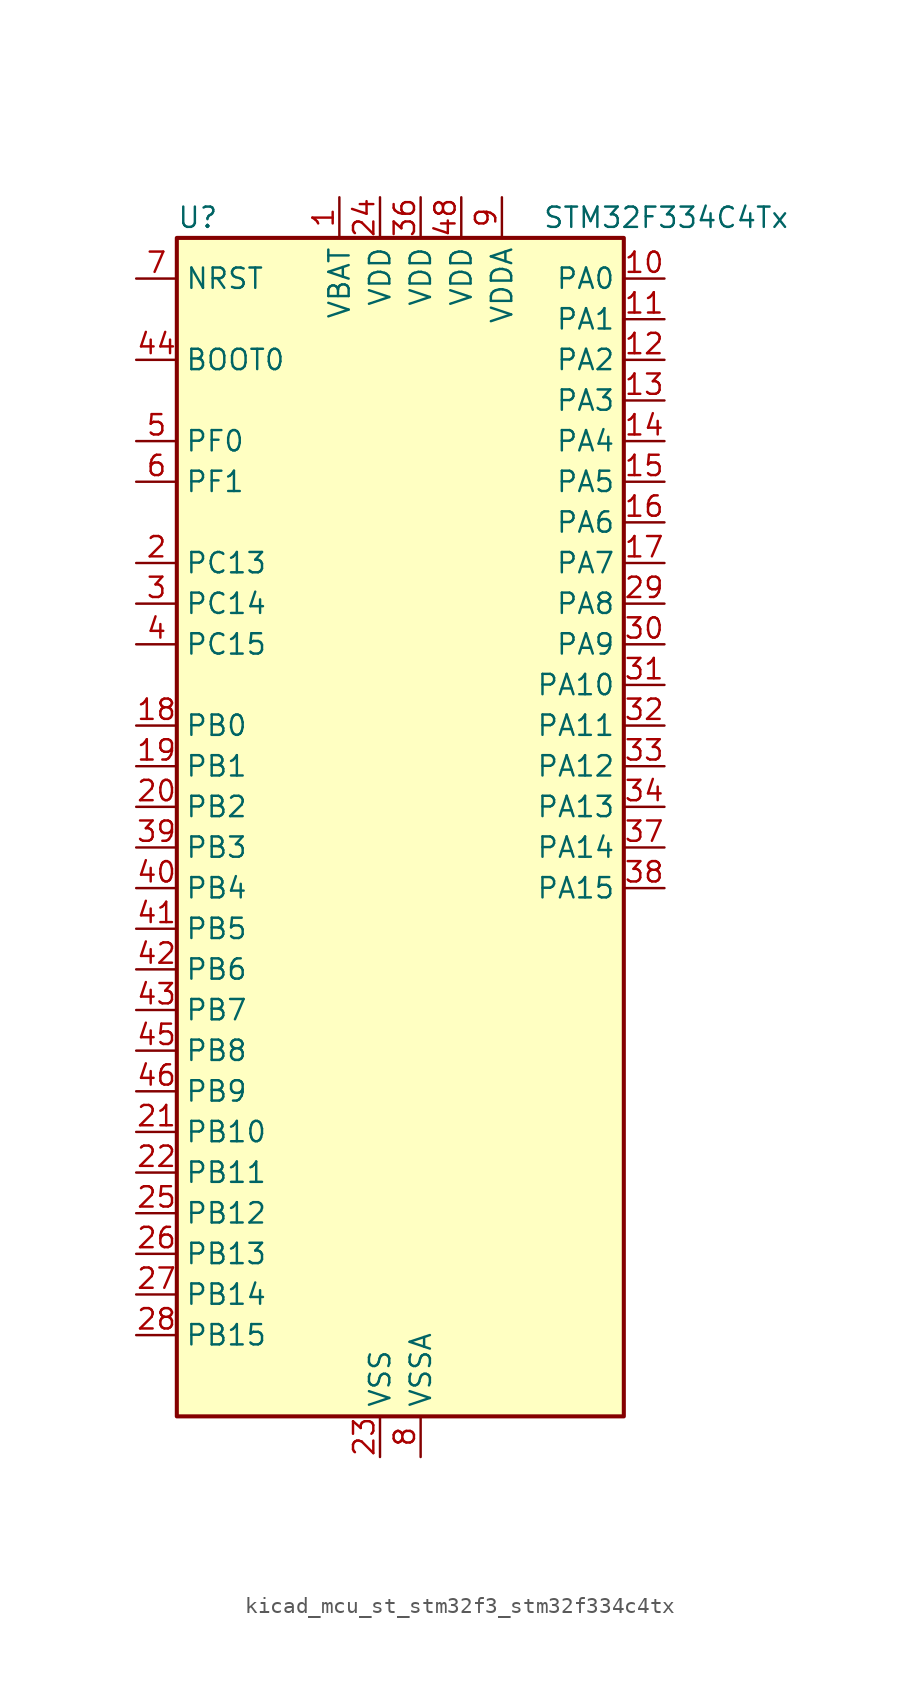
<source format=kicad_sym>
(kicad_symbol_lib
  (version 20220914)
  (generator kicad_symbol_editor)
  (symbol "kicad_mcu_st_stm32f3_stm32f334c4tx"
    (property "Reference" "U"
      (at -12.7 39.37 0)
      (effects (font (size 1.27 1.27)) (justify left)))
    (property "Value" "STM32F334C4Tx"
      (at 10.16 39.37 0)
      (effects (font (size 1.27 1.27)) (justify left)))
    (property "ki_locked" ""
      (at 0 0 0)
      (effects (font (size 1.27 1.27))))
    (symbol "kicad_mcu_st_stm32f3_stm32f334c4tx_0_1"
      (rectangle (start -12.7 -35.56) (end 15.24 38.1) (stroke (width 0.254) (type default)) (fill (type background))))
    (symbol "kicad_mcu_st_stm32f3_stm32f334c4tx_1_1"
      (pin power_in line (at -2.54 40.64 270) (length 2.54) (name "VBAT" (effects (font (size 1.27 1.27)))) (number "1" (effects (font (size 1.27 1.27)))))
      (pin bidirectional line (at 17.78 35.56 180) (length 2.54) (name "PA0" (effects (font (size 1.27 1.27)))) (number "10" (effects (font (size 1.27 1.27)))) (alternate "ADC1_IN1" bidirectional line) (alternate "RTC_TAMP2" bidirectional line) (alternate "SYS_WKUP1" bidirectional line) (alternate "TIM2_CH1" bidirectional line) (alternate "TIM2_ETR" bidirectional line) (alternate "TSC_G1_IO1" bidirectional line) (alternate "USART2_CTS" bidirectional line))
      (pin bidirectional line (at 17.78 33.02 180) (length 2.54) (name "PA1" (effects (font (size 1.27 1.27)))) (number "11" (effects (font (size 1.27 1.27)))) (alternate "ADC1_IN2" bidirectional line) (alternate "RTC_REFIN" bidirectional line) (alternate "TIM15_CH1N" bidirectional line) (alternate "TIM2_CH2" bidirectional line) (alternate "TSC_G1_IO2" bidirectional line) (alternate "USART2_DE" bidirectional line) (alternate "USART2_RTS" bidirectional line))
      (pin bidirectional line (at 17.78 30.48 180) (length 2.54) (name "PA2" (effects (font (size 1.27 1.27)))) (number "12" (effects (font (size 1.27 1.27)))) (alternate "ADC1_IN3" bidirectional line) (alternate "COMP2_INM" bidirectional line) (alternate "COMP2_OUT" bidirectional line) (alternate "TIM15_CH1" bidirectional line) (alternate "TIM2_CH3" bidirectional line) (alternate "TSC_G1_IO3" bidirectional line) (alternate "USART2_TX" bidirectional line))
      (pin bidirectional line (at 17.78 27.94 180) (length 2.54) (name "PA3" (effects (font (size 1.27 1.27)))) (number "13" (effects (font (size 1.27 1.27)))) (alternate "ADC1_IN4" bidirectional line) (alternate "TIM15_CH2" bidirectional line) (alternate "TIM2_CH4" bidirectional line) (alternate "TSC_G1_IO4" bidirectional line) (alternate "USART2_RX" bidirectional line))
      (pin bidirectional line (at 17.78 25.4 180) (length 2.54) (name "PA4" (effects (font (size 1.27 1.27)))) (number "14" (effects (font (size 1.27 1.27)))) (alternate "ADC2_IN1" bidirectional line) (alternate "COMP2_INM" bidirectional line) (alternate "COMP4_INM" bidirectional line) (alternate "COMP6_INM" bidirectional line) (alternate "DAC1_OUT1" bidirectional line) (alternate "SPI1_NSS" bidirectional line) (alternate "TIM3_CH2" bidirectional line) (alternate "TSC_G2_IO1" bidirectional line) (alternate "USART2_CK" bidirectional line))
      (pin bidirectional line (at 17.78 22.86 180) (length 2.54) (name "PA5" (effects (font (size 1.27 1.27)))) (number "15" (effects (font (size 1.27 1.27)))) (alternate "ADC2_IN2" bidirectional line) (alternate "DAC1_OUT2" bidirectional line) (alternate "OPAMP2_VINM" bidirectional line) (alternate "OPAMP2_VINM_SEC" bidirectional line) (alternate "SPI1_SCK" bidirectional line) (alternate "TIM2_CH1" bidirectional line) (alternate "TIM2_ETR" bidirectional line) (alternate "TSC_G2_IO2" bidirectional line))
      (pin bidirectional line (at 17.78 20.32 180) (length 2.54) (name "PA6" (effects (font (size 1.27 1.27)))) (number "16" (effects (font (size 1.27 1.27)))) (alternate "ADC2_IN3" bidirectional line) (alternate "DAC2_OUT1" bidirectional line) (alternate "OPAMP2_DIG" bidirectional line) (alternate "OPAMP2_VOUT" bidirectional line) (alternate "SPI1_MISO" bidirectional line) (alternate "TIM16_CH1" bidirectional line) (alternate "TIM1_BKIN" bidirectional line) (alternate "TIM3_CH1" bidirectional line) (alternate "TSC_G2_IO3" bidirectional line))
      (pin bidirectional line (at 17.78 17.78 180) (length 2.54) (name "PA7" (effects (font (size 1.27 1.27)))) (number "17" (effects (font (size 1.27 1.27)))) (alternate "ADC2_IN4" bidirectional line) (alternate "COMP2_INP" bidirectional line) (alternate "OPAMP2_VINP" bidirectional line) (alternate "OPAMP2_VINP_SEC" bidirectional line) (alternate "SPI1_MOSI" bidirectional line) (alternate "TIM17_CH1" bidirectional line) (alternate "TIM1_CH1N" bidirectional line) (alternate "TIM3_CH2" bidirectional line) (alternate "TSC_G2_IO4" bidirectional line))
      (pin bidirectional line (at -15.24 7.62 0) (length 2.54) (name "PB0" (effects (font (size 1.27 1.27)))) (number "18" (effects (font (size 1.27 1.27)))) (alternate "ADC1_IN11" bidirectional line) (alternate "COMP4_INP" bidirectional line) (alternate "OPAMP2_VINP" bidirectional line) (alternate "OPAMP2_VINP_SEC" bidirectional line) (alternate "TIM1_CH2N" bidirectional line) (alternate "TIM3_CH3" bidirectional line) (alternate "TSC_G3_IO2" bidirectional line))
      (pin bidirectional line (at -15.24 5.08 0) (length 2.54) (name "PB1" (effects (font (size 1.27 1.27)))) (number "19" (effects (font (size 1.27 1.27)))) (alternate "ADC1_IN12" bidirectional line) (alternate "COMP4_OUT" bidirectional line) (alternate "HRTIM1_SCOUT" bidirectional line) (alternate "TIM1_CH3N" bidirectional line) (alternate "TIM3_CH4" bidirectional line) (alternate "TSC_G3_IO3" bidirectional line))
      (pin bidirectional line (at -15.24 17.78 0) (length 2.54) (name "PC13" (effects (font (size 1.27 1.27)))) (number "2" (effects (font (size 1.27 1.27)))) (alternate "RTC_OUT_ALARM" bidirectional line) (alternate "RTC_OUT_CALIB" bidirectional line) (alternate "RTC_TAMP1" bidirectional line) (alternate "RTC_TS" bidirectional line) (alternate "SYS_WKUP2" bidirectional line) (alternate "TIM1_CH1N" bidirectional line))
      (pin bidirectional line (at -15.24 2.54 0) (length 2.54) (name "PB2" (effects (font (size 1.27 1.27)))) (number "20" (effects (font (size 1.27 1.27)))) (alternate "ADC2_IN12" bidirectional line) (alternate "COMP4_INM" bidirectional line) (alternate "HRTIM1_SCIN" bidirectional line) (alternate "TSC_G3_IO4" bidirectional line))
      (pin bidirectional line (at -15.24 -17.78 0) (length 2.54) (name "PB10" (effects (font (size 1.27 1.27)))) (number "21" (effects (font (size 1.27 1.27)))) (alternate "HRTIM1_FLT3" bidirectional line) (alternate "TIM2_CH3" bidirectional line) (alternate "TSC_SYNC" bidirectional line) (alternate "USART3_TX" bidirectional line))
      (pin bidirectional line (at -15.24 -20.32 0) (length 2.54) (name "PB11" (effects (font (size 1.27 1.27)))) (number "22" (effects (font (size 1.27 1.27)))) (alternate "ADC1_EXTI11" bidirectional line) (alternate "ADC2_EXTI11" bidirectional line) (alternate "COMP6_INP" bidirectional line) (alternate "HRTIM1_FLT4" bidirectional line) (alternate "TIM2_CH4" bidirectional line) (alternate "TSC_G6_IO1" bidirectional line) (alternate "USART3_RX" bidirectional line))
      (pin power_in line (at 0 -38.1 90) (length 2.54) (name "VSS" (effects (font (size 1.27 1.27)))) (number "23" (effects (font (size 1.27 1.27)))))
      (pin power_in line (at 0 40.64 270) (length 2.54) (name "VDD" (effects (font (size 1.27 1.27)))) (number "24" (effects (font (size 1.27 1.27)))))
      (pin bidirectional line (at -15.24 -22.86 0) (length 2.54) (name "PB12" (effects (font (size 1.27 1.27)))) (number "25" (effects (font (size 1.27 1.27)))) (alternate "ADC2_IN13" bidirectional line) (alternate "HRTIM1_CHC1" bidirectional line) (alternate "TIM1_BKIN" bidirectional line) (alternate "TSC_G6_IO2" bidirectional line) (alternate "USART3_CK" bidirectional line))
      (pin bidirectional line (at -15.24 -25.4 0) (length 2.54) (name "PB13" (effects (font (size 1.27 1.27)))) (number "26" (effects (font (size 1.27 1.27)))) (alternate "ADC1_IN13" bidirectional line) (alternate "HRTIM1_CHC2" bidirectional line) (alternate "TIM1_CH1N" bidirectional line) (alternate "TSC_G6_IO3" bidirectional line) (alternate "USART3_CTS" bidirectional line))
      (pin bidirectional line (at -15.24 -27.94 0) (length 2.54) (name "PB14" (effects (font (size 1.27 1.27)))) (number "27" (effects (font (size 1.27 1.27)))) (alternate "ADC2_IN14" bidirectional line) (alternate "HRTIM1_CHD1" bidirectional line) (alternate "OPAMP2_VINP" bidirectional line) (alternate "OPAMP2_VINP_SEC" bidirectional line) (alternate "TIM15_CH1" bidirectional line) (alternate "TIM1_CH2N" bidirectional line) (alternate "TSC_G6_IO4" bidirectional line) (alternate "USART3_DE" bidirectional line) (alternate "USART3_RTS" bidirectional line))
      (pin bidirectional line (at -15.24 -30.48 0) (length 2.54) (name "PB15" (effects (font (size 1.27 1.27)))) (number "28" (effects (font (size 1.27 1.27)))) (alternate "ADC1_EXTI15" bidirectional line) (alternate "ADC2_EXTI15" bidirectional line) (alternate "ADC2_IN15" bidirectional line) (alternate "COMP6_INM" bidirectional line) (alternate "HRTIM1_CHD2" bidirectional line) (alternate "RTC_REFIN" bidirectional line) (alternate "TIM15_CH1N" bidirectional line) (alternate "TIM15_CH2" bidirectional line) (alternate "TIM1_CH3N" bidirectional line))
      (pin bidirectional line (at 17.78 15.24 180) (length 2.54) (name "PA8" (effects (font (size 1.27 1.27)))) (number "29" (effects (font (size 1.27 1.27)))) (alternate "HRTIM1_CHA1" bidirectional line) (alternate "RCC_MCO" bidirectional line) (alternate "TIM1_CH1" bidirectional line) (alternate "USART1_CK" bidirectional line))
      (pin bidirectional line (at -15.24 15.24 0) (length 2.54) (name "PC14" (effects (font (size 1.27 1.27)))) (number "3" (effects (font (size 1.27 1.27)))) (alternate "RCC_OSC32_IN" bidirectional line))
      (pin bidirectional line (at 17.78 12.7 180) (length 2.54) (name "PA9" (effects (font (size 1.27 1.27)))) (number "30" (effects (font (size 1.27 1.27)))) (alternate "DAC1_EXTI9" bidirectional line) (alternate "DAC2_EXTI9" bidirectional line) (alternate "HRTIM1_CHA2" bidirectional line) (alternate "TIM15_BKIN" bidirectional line) (alternate "TIM1_CH2" bidirectional line) (alternate "TIM2_CH3" bidirectional line) (alternate "TSC_G4_IO1" bidirectional line) (alternate "USART1_TX" bidirectional line))
      (pin bidirectional line (at 17.78 10.16 180) (length 2.54) (name "PA10" (effects (font (size 1.27 1.27)))) (number "31" (effects (font (size 1.27 1.27)))) (alternate "COMP6_OUT" bidirectional line) (alternate "HRTIM1_CHB1" bidirectional line) (alternate "TIM17_BKIN" bidirectional line) (alternate "TIM1_CH3" bidirectional line) (alternate "TIM2_CH4" bidirectional line) (alternate "TSC_G4_IO2" bidirectional line) (alternate "USART1_RX" bidirectional line))
      (pin bidirectional line (at 17.78 7.62 180) (length 2.54) (name "PA11" (effects (font (size 1.27 1.27)))) (number "32" (effects (font (size 1.27 1.27)))) (alternate "ADC1_EXTI11" bidirectional line) (alternate "ADC2_EXTI11" bidirectional line) (alternate "CAN_RX" bidirectional line) (alternate "HRTIM1_CHB2" bidirectional line) (alternate "TIM1_BKIN2" bidirectional line) (alternate "TIM1_CH1N" bidirectional line) (alternate "TIM1_CH4" bidirectional line) (alternate "USART1_CTS" bidirectional line))
      (pin bidirectional line (at 17.78 5.08 180) (length 2.54) (name "PA12" (effects (font (size 1.27 1.27)))) (number "33" (effects (font (size 1.27 1.27)))) (alternate "CAN_TX" bidirectional line) (alternate "COMP2_OUT" bidirectional line) (alternate "HRTIM1_FLT1" bidirectional line) (alternate "TIM16_CH1" bidirectional line) (alternate "TIM1_CH2N" bidirectional line) (alternate "TIM1_ETR" bidirectional line) (alternate "USART1_DE" bidirectional line) (alternate "USART1_RTS" bidirectional line))
      (pin bidirectional line (at 17.78 2.54 180) (length 2.54) (name "PA13" (effects (font (size 1.27 1.27)))) (number "34" (effects (font (size 1.27 1.27)))) (alternate "IR_OUT" bidirectional line) (alternate "SYS_JTMS-SWDIO" bidirectional line) (alternate "TIM16_CH1N" bidirectional line) (alternate "TSC_G4_IO3" bidirectional line) (alternate "USART3_CTS" bidirectional line))
      (pin passive line (at 0 -38.1 90) (length 2.54) hide (name "VSS" (effects (font (size 1.27 1.27)))) (number "35" (effects (font (size 1.27 1.27)))))
      (pin power_in line (at 2.54 40.64 270) (length 2.54) (name "VDD" (effects (font (size 1.27 1.27)))) (number "36" (effects (font (size 1.27 1.27)))))
      (pin bidirectional line (at 17.78 0 180) (length 2.54) (name "PA14" (effects (font (size 1.27 1.27)))) (number "37" (effects (font (size 1.27 1.27)))) (alternate "I2C1_SDA" bidirectional line) (alternate "SYS_JTCK-SWCLK" bidirectional line) (alternate "TIM1_BKIN" bidirectional line) (alternate "TSC_G4_IO4" bidirectional line) (alternate "USART2_TX" bidirectional line))
      (pin bidirectional line (at 17.78 -2.54 180) (length 2.54) (name "PA15" (effects (font (size 1.27 1.27)))) (number "38" (effects (font (size 1.27 1.27)))) (alternate "ADC1_EXTI15" bidirectional line) (alternate "ADC2_EXTI15" bidirectional line) (alternate "HRTIM1_FLT2" bidirectional line) (alternate "I2C1_SCL" bidirectional line) (alternate "SPI1_NSS" bidirectional line) (alternate "SYS_JTDI" bidirectional line) (alternate "TIM1_BKIN" bidirectional line) (alternate "TIM2_CH1" bidirectional line) (alternate "TIM2_ETR" bidirectional line) (alternate "TSC_SYNC" bidirectional line) (alternate "USART2_RX" bidirectional line))
      (pin bidirectional line (at -15.24 0 0) (length 2.54) (name "PB3" (effects (font (size 1.27 1.27)))) (number "39" (effects (font (size 1.27 1.27)))) (alternate "HRTIM1_EEV9" bidirectional line) (alternate "HRTIM1_SCOUT" bidirectional line) (alternate "SPI1_SCK" bidirectional line) (alternate "SYS_JTDO-TRACESWO" bidirectional line) (alternate "TIM2_CH2" bidirectional line) (alternate "TIM3_ETR" bidirectional line) (alternate "TSC_G5_IO1" bidirectional line) (alternate "USART2_TX" bidirectional line))
      (pin bidirectional line (at -15.24 12.7 0) (length 2.54) (name "PC15" (effects (font (size 1.27 1.27)))) (number "4" (effects (font (size 1.27 1.27)))) (alternate "ADC1_EXTI15" bidirectional line) (alternate "ADC2_EXTI15" bidirectional line) (alternate "RCC_OSC32_OUT" bidirectional line))
      (pin bidirectional line (at -15.24 -2.54 0) (length 2.54) (name "PB4" (effects (font (size 1.27 1.27)))) (number "40" (effects (font (size 1.27 1.27)))) (alternate "HRTIM1_EEV7" bidirectional line) (alternate "SPI1_MISO" bidirectional line) (alternate "SYS_NJTRST" bidirectional line) (alternate "TIM16_CH1" bidirectional line) (alternate "TIM17_BKIN" bidirectional line) (alternate "TIM3_CH1" bidirectional line) (alternate "TSC_G5_IO2" bidirectional line) (alternate "USART2_RX" bidirectional line))
      (pin bidirectional line (at -15.24 -5.08 0) (length 2.54) (name "PB5" (effects (font (size 1.27 1.27)))) (number "41" (effects (font (size 1.27 1.27)))) (alternate "HRTIM1_EEV6" bidirectional line) (alternate "I2C1_SMBA" bidirectional line) (alternate "SPI1_MOSI" bidirectional line) (alternate "TIM16_BKIN" bidirectional line) (alternate "TIM17_CH1" bidirectional line) (alternate "TIM3_CH2" bidirectional line) (alternate "USART2_CK" bidirectional line))
      (pin bidirectional line (at -15.24 -7.62 0) (length 2.54) (name "PB6" (effects (font (size 1.27 1.27)))) (number "42" (effects (font (size 1.27 1.27)))) (alternate "HRTIM1_EEV4" bidirectional line) (alternate "HRTIM1_SCIN" bidirectional line) (alternate "I2C1_SCL" bidirectional line) (alternate "TIM16_CH1N" bidirectional line) (alternate "TSC_G5_IO3" bidirectional line) (alternate "USART1_TX" bidirectional line))
      (pin bidirectional line (at -15.24 -10.16 0) (length 2.54) (name "PB7" (effects (font (size 1.27 1.27)))) (number "43" (effects (font (size 1.27 1.27)))) (alternate "HRTIM1_EEV3" bidirectional line) (alternate "I2C1_SDA" bidirectional line) (alternate "TIM17_CH1N" bidirectional line) (alternate "TIM3_CH4" bidirectional line) (alternate "TSC_G5_IO4" bidirectional line) (alternate "USART1_RX" bidirectional line))
      (pin input line (at -15.24 30.48 0) (length 2.54) (name "BOOT0" (effects (font (size 1.27 1.27)))) (number "44" (effects (font (size 1.27 1.27)))))
      (pin bidirectional line (at -15.24 -12.7 0) (length 2.54) (name "PB8" (effects (font (size 1.27 1.27)))) (number "45" (effects (font (size 1.27 1.27)))) (alternate "CAN_RX" bidirectional line) (alternate "HRTIM1_EEV8" bidirectional line) (alternate "I2C1_SCL" bidirectional line) (alternate "TIM16_CH1" bidirectional line) (alternate "TIM1_BKIN" bidirectional line) (alternate "TSC_SYNC" bidirectional line) (alternate "USART3_RX" bidirectional line))
      (pin bidirectional line (at -15.24 -15.24 0) (length 2.54) (name "PB9" (effects (font (size 1.27 1.27)))) (number "46" (effects (font (size 1.27 1.27)))) (alternate "CAN_TX" bidirectional line) (alternate "COMP2_OUT" bidirectional line) (alternate "DAC1_EXTI9" bidirectional line) (alternate "DAC2_EXTI9" bidirectional line) (alternate "HRTIM1_EEV5" bidirectional line) (alternate "I2C1_SDA" bidirectional line) (alternate "IR_OUT" bidirectional line) (alternate "TIM17_CH1" bidirectional line) (alternate "USART3_TX" bidirectional line))
      (pin passive line (at 0 -38.1 90) (length 2.54) hide (name "VSS" (effects (font (size 1.27 1.27)))) (number "47" (effects (font (size 1.27 1.27)))))
      (pin power_in line (at 5.08 40.64 270) (length 2.54) (name "VDD" (effects (font (size 1.27 1.27)))) (number "48" (effects (font (size 1.27 1.27)))))
      (pin bidirectional line (at -15.24 25.4 0) (length 2.54) (name "PF0" (effects (font (size 1.27 1.27)))) (number "5" (effects (font (size 1.27 1.27)))) (alternate "RCC_OSC_IN" bidirectional line) (alternate "TIM1_CH3N" bidirectional line))
      (pin bidirectional line (at -15.24 22.86 0) (length 2.54) (name "PF1" (effects (font (size 1.27 1.27)))) (number "6" (effects (font (size 1.27 1.27)))) (alternate "RCC_OSC_OUT" bidirectional line))
      (pin input line (at -15.24 35.56 0) (length 2.54) (name "NRST" (effects (font (size 1.27 1.27)))) (number "7" (effects (font (size 1.27 1.27)))))
      (pin power_in line (at 2.54 -38.1 90) (length 2.54) (name "VSSA" (effects (font (size 1.27 1.27)))) (number "8" (effects (font (size 1.27 1.27)))))
      (pin power_in line (at 7.62 40.64 270) (length 2.54) (name "VDDA" (effects (font (size 1.27 1.27)))) (number "9" (effects (font (size 1.27 1.27))))))))
</source>
